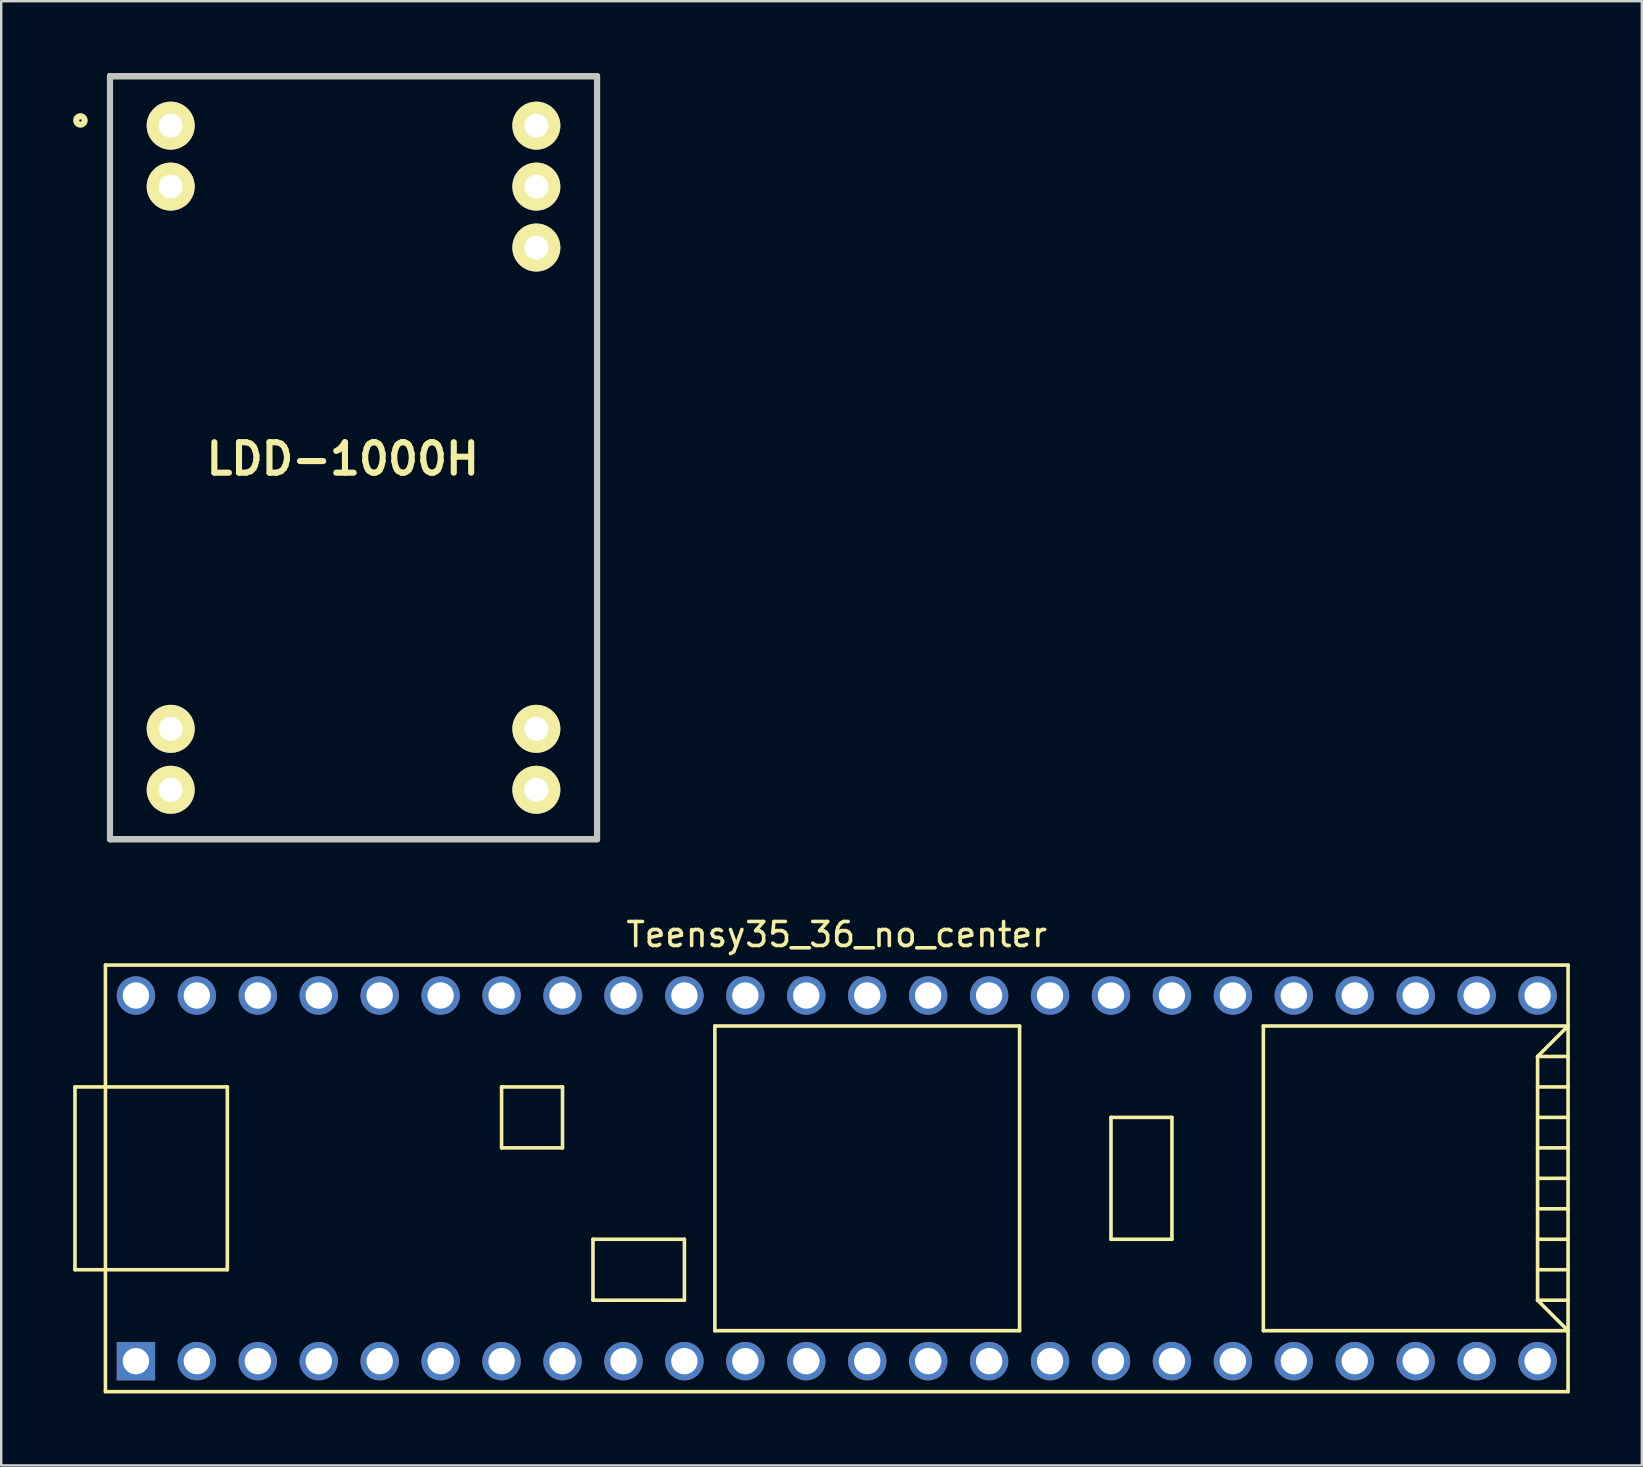
<source format=kicad_pcb>
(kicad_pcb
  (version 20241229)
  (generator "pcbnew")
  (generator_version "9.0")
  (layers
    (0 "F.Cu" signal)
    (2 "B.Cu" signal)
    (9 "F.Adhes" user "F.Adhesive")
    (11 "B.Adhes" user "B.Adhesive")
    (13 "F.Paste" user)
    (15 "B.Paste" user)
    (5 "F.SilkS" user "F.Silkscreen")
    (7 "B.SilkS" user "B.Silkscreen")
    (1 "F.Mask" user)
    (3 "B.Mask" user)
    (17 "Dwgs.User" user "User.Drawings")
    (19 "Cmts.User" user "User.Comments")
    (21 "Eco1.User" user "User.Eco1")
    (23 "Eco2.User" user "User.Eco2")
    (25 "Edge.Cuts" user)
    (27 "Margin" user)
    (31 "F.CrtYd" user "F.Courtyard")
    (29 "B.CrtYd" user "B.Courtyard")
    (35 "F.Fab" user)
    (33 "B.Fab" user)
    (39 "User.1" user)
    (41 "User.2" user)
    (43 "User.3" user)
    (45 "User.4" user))
  (footprint "LDD-1000H"
    (layer "F.Cu")
    (at 11.684 16.027)
    (property "Reference" "LDD-1000H" (at -0.448 0.049 0) (layer "F.SilkS") (effects (font (size 1.27 1.27) (thickness 0.254))))
    (attr through_hole)
    (fp_line (start -10.15 -15.9) (end 10.15 -15.9) (stroke (width 0.254) (type solid)) (layer "F.SilkS"))
    (fp_line (start -10.15 15.9) (end -10.15 -15.9) (stroke (width 0.254) (type solid)) (layer "F.SilkS"))
    (fp_line (start 10.15 -15.9) (end 10.15 15.9) (stroke (width 0.254) (type solid)) (layer "F.SilkS"))
    (fp_line (start 10.15 15.9) (end -10.15 15.9) (stroke (width 0.254) (type solid)) (layer "F.SilkS"))
    (fp_circle (center -11.382 -14.057) (end -11.557 -14.057) (stroke (width 0.254) (type solid)) (fill no) (layer "F.SilkS"))
    (fp_line (start -10.15 -15.9) (end 10.15 -15.9) (stroke (width 0.254) (type solid)) (layer "Dwgs.User"))
    (fp_line (start -10.15 15.9) (end -10.15 -15.9) (stroke (width 0.254) (type solid)) (layer "Dwgs.User"))
    (fp_line (start 10.15 -15.9) (end 10.15 15.9) (stroke (width 0.254) (type solid)) (layer "Dwgs.User"))
    (fp_line (start 10.15 15.9) (end -10.15 15.9) (stroke (width 0.254) (type solid)) (layer "Dwgs.User"))
    (pad "1" thru_hole circle (at -7.62 -13.84 90) (size 2 2) (drill 1) (layers "*.Cu" "*.Mask" "F.SilkS"))
    (pad "1" thru_hole circle (at -7.62 -11.3 90) (size 2 2) (drill 1) (layers "*.Cu" "*.Mask" "F.SilkS"))
    (pad "11" thru_hole circle (at -7.62 11.3 90) (size 2 2) (drill 1) (layers "*.Cu" "*.Mask" "F.SilkS"))
    (pad "11" thru_hole circle (at -7.62 13.84 90) (size 2 2) (drill 1) (layers "*.Cu" "*.Mask" "F.SilkS"))
    (pad "13" thru_hole circle (at 7.62 11.3 90) (size 2 2) (drill 1) (layers "*.Cu" "*.Mask" "F.SilkS"))
    (pad "13" thru_hole circle (at 7.62 13.84 90) (size 2 2) (drill 1) (layers "*.Cu" "*.Mask" "F.SilkS"))
    (pad "22" thru_hole circle (at 7.62 -8.76 90) (size 2 2) (drill 1) (layers "*.Cu" "*.Mask" "F.SilkS"))
    (pad "23" thru_hole circle (at 7.62 -13.84 90) (size 2 2) (drill 1) (layers "*.Cu" "*.Mask" "F.SilkS"))
    (pad "23" thru_hole circle (at 7.62 -11.3 90) (size 2 2) (drill 1) (layers "*.Cu" "*.Mask" "F.SilkS")))
  (footprint "Teensy35_36_no_center"
    (layer "F.Cu")
    (at 31.825 46.062)
    (property "Reference" "Teensy35_36_no_center" (at 0 -10.16 0) (layer "F.SilkS") (effects (font (size 1 1) (thickness 0.15))))
    (attr through_hole)
    (fp_line (start -31.75 -3.81) (end -30.48 -3.81) (stroke (width 0.15) (type solid)) (layer "F.SilkS"))
    (fp_line (start -31.75 3.81) (end -31.75 -3.81) (stroke (width 0.15) (type solid)) (layer "F.SilkS"))
    (fp_line (start -30.48 3.81) (end -31.75 3.81) (stroke (width 0.15) (type solid)) (layer "F.SilkS"))
    (fp_line (start -30.48 8.89) (end -30.48 -8.89) (stroke (width 0.15) (type solid)) (layer "F.SilkS"))
    (fp_line (start -30.48 8.89) (end 30.48 8.89) (stroke (width 0.15) (type solid)) (layer "F.SilkS"))
    (fp_line (start -25.4 -3.81) (end -30.48 -3.81) (stroke (width 0.15) (type solid)) (layer "F.SilkS"))
    (fp_line (start -25.4 3.81) (end -30.48 3.81) (stroke (width 0.15) (type solid)) (layer "F.SilkS"))
    (fp_line (start -25.4 3.81) (end -25.4 -3.81) (stroke (width 0.15) (type solid)) (layer "F.SilkS"))
    (fp_line (start -13.97 -3.81) (end -13.97 -1.27) (stroke (width 0.15) (type solid)) (layer "F.SilkS"))
    (fp_line (start -13.97 -1.27) (end -11.43 -1.27) (stroke (width 0.15) (type solid)) (layer "F.SilkS"))
    (fp_line (start -11.43 -3.81) (end -13.97 -3.81) (stroke (width 0.15) (type solid)) (layer "F.SilkS"))
    (fp_line (start -11.43 -1.27) (end -11.43 -3.81) (stroke (width 0.15) (type solid)) (layer "F.SilkS"))
    (fp_line (start -10.16 2.54) (end -6.35 2.54) (stroke (width 0.15) (type solid)) (layer "F.SilkS"))
    (fp_line (start -10.16 5.08) (end -10.16 2.54) (stroke (width 0.15) (type solid)) (layer "F.SilkS"))
    (fp_line (start -6.35 2.54) (end -6.35 5.08) (stroke (width 0.15) (type solid)) (layer "F.SilkS"))
    (fp_line (start -6.35 5.08) (end -10.16 5.08) (stroke (width 0.15) (type solid)) (layer "F.SilkS"))
    (fp_line (start -5.08 -6.35) (end -5.08 6.35) (stroke (width 0.15) (type solid)) (layer "F.SilkS"))
    (fp_line (start -5.08 -6.35) (end 7.62 -6.35) (stroke (width 0.15) (type solid)) (layer "F.SilkS"))
    (fp_line (start -5.08 6.35) (end 7.62 6.35) (stroke (width 0.15) (type solid)) (layer "F.SilkS"))
    (fp_line (start 7.62 6.35) (end 7.62 -6.35) (stroke (width 0.15) (type solid)) (layer "F.SilkS"))
    (fp_line (start 11.43 -2.54) (end 13.97 -2.54) (stroke (width 0.15) (type solid)) (layer "F.SilkS"))
    (fp_line (start 11.43 2.54) (end 11.43 -2.54) (stroke (width 0.15) (type solid)) (layer "F.SilkS"))
    (fp_line (start 13.97 -2.54) (end 13.97 2.54) (stroke (width 0.15) (type solid)) (layer "F.SilkS"))
    (fp_line (start 13.97 2.54) (end 11.43 2.54) (stroke (width 0.15) (type solid)) (layer "F.SilkS"))
    (fp_line (start 17.78 -6.35) (end 17.78 6.35) (stroke (width 0.15) (type solid)) (layer "F.SilkS"))
    (fp_line (start 17.78 6.35) (end 30.48 6.35) (stroke (width 0.15) (type solid)) (layer "F.SilkS"))
    (fp_line (start 29.21 -5.08) (end 30.48 -6.35) (stroke (width 0.15) (type solid)) (layer "F.SilkS"))
    (fp_line (start 29.21 -5.08) (end 30.48 -5.08) (stroke (width 0.15) (type solid)) (layer "F.SilkS"))
    (fp_line (start 29.21 -3.81) (end 30.48 -3.81) (stroke (width 0.15) (type solid)) (layer "F.SilkS"))
    (fp_line (start 29.21 -2.54) (end 30.48 -2.54) (stroke (width 0.15) (type solid)) (layer "F.SilkS"))
    (fp_line (start 29.21 -1.27) (end 30.48 -1.27) (stroke (width 0.15) (type solid)) (layer "F.SilkS"))
    (fp_line (start 29.21 0) (end 30.48 0) (stroke (width 0.15) (type solid)) (layer "F.SilkS"))
    (fp_line (start 29.21 1.27) (end 30.48 1.27) (stroke (width 0.15) (type solid)) (layer "F.SilkS"))
    (fp_line (start 29.21 2.54) (end 30.48 2.54) (stroke (width 0.15) (type solid)) (layer "F.SilkS"))
    (fp_line (start 29.21 3.81) (end 30.48 3.81) (stroke (width 0.15) (type solid)) (layer "F.SilkS"))
    (fp_line (start 29.21 5.08) (end 29.21 -5.08) (stroke (width 0.15) (type solid)) (layer "F.SilkS"))
    (fp_line (start 29.21 5.08) (end 30.48 5.08) (stroke (width 0.15) (type solid)) (layer "F.SilkS"))
    (fp_line (start 30.48 -8.89) (end -30.48 -8.89) (stroke (width 0.15) (type solid)) (layer "F.SilkS"))
    (fp_line (start 30.48 -8.89) (end 30.48 8.89) (stroke (width 0.15) (type solid)) (layer "F.SilkS"))
    (fp_line (start 30.48 -6.35) (end 17.78 -6.35) (stroke (width 0.15) (type solid)) (layer "F.SilkS"))
    (fp_line (start 30.48 6.35) (end 29.21 5.08) (stroke (width 0.15) (type solid)) (layer "F.SilkS"))
    (pad "1" thru_hole rect (at -29.21 7.62) (size 1.6 1.6) (drill 1.1) (layers "*.Cu" "*.Mask"))
    (pad "2" thru_hole circle (at -26.67 7.62) (size 1.6 1.6) (drill 1.1) (layers "*.Cu" "*.Mask"))
    (pad "3" thru_hole circle (at -24.13 7.62) (size 1.6 1.6) (drill 1.1) (layers "*.Cu" "*.Mask"))
    (pad "4" thru_hole circle (at -21.59 7.62) (size 1.6 1.6) (drill 1.1) (layers "*.Cu" "*.Mask"))
    (pad "5" thru_hole circle (at -19.05 7.62) (size 1.6 1.6) (drill 1.1) (layers "*.Cu" "*.Mask"))
    (pad "6" thru_hole circle (at -16.51 7.62) (size 1.6 1.6) (drill 1.1) (layers "*.Cu" "*.Mask"))
    (pad "7" thru_hole circle (at -13.97 7.62) (size 1.6 1.6) (drill 1.1) (layers "*.Cu" "*.Mask"))
    (pad "8" thru_hole circle (at -11.43 7.62) (size 1.6 1.6) (drill 1.1) (layers "*.Cu" "*.Mask"))
    (pad "9" thru_hole circle (at -8.89 7.62) (size 1.6 1.6) (drill 1.1) (layers "*.Cu" "*.Mask"))
    (pad "10" thru_hole circle (at -6.35 7.62) (size 1.6 1.6) (drill 1.1) (layers "*.Cu" "*.Mask"))
    (pad "11" thru_hole circle (at -3.81 7.62) (size 1.6 1.6) (drill 1.1) (layers "*.Cu" "*.Mask"))
    (pad "12" thru_hole circle (at -1.27 7.62) (size 1.6 1.6) (drill 1.1) (layers "*.Cu" "*.Mask"))
    (pad "13" thru_hole circle (at 1.27 7.62) (size 1.6 1.6) (drill 1.1) (layers "*.Cu" "*.Mask"))
    (pad "14" thru_hole circle (at 3.81 7.62) (size 1.6 1.6) (drill 1.1) (layers "*.Cu" "*.Mask"))
    (pad "15" thru_hole circle (at 6.35 7.62) (size 1.6 1.6) (drill 1.1) (layers "*.Cu" "*.Mask"))
    (pad "16" thru_hole circle (at 8.89 7.62) (size 1.6 1.6) (drill 1.1) (layers "*.Cu" "*.Mask"))
    (pad "17" thru_hole circle (at 11.43 7.62) (size 1.6 1.6) (drill 1.1) (layers "*.Cu" "*.Mask"))
    (pad "18" thru_hole circle (at 13.97 7.62) (size 1.6 1.6) (drill 1.1) (layers "*.Cu" "*.Mask"))
    (pad "19" thru_hole circle (at 16.51 7.62) (size 1.6 1.6) (drill 1.1) (layers "*.Cu" "*.Mask"))
    (pad "20" thru_hole circle (at 19.05 7.62) (size 1.6 1.6) (drill 1.1) (layers "*.Cu" "*.Mask"))
    (pad "21" thru_hole circle (at 21.59 7.62) (size 1.6 1.6) (drill 1.1) (layers "*.Cu" "*.Mask"))
    (pad "22" thru_hole circle (at 24.13 7.62) (size 1.6 1.6) (drill 1.1) (layers "*.Cu" "*.Mask"))
    (pad "23" thru_hole circle (at 26.67 7.62) (size 1.6 1.6) (drill 1.1) (layers "*.Cu" "*.Mask"))
    (pad "24" thru_hole circle (at 29.21 7.62) (size 1.6 1.6) (drill 1.1) (layers "*.Cu" "*.Mask"))
    (pad "30" thru_hole circle (at 29.21 -7.62) (size 1.6 1.6) (drill 1.1) (layers "*.Cu" "*.Mask"))
    (pad "31" thru_hole circle (at 26.67 -7.62) (size 1.6 1.6) (drill 1.1) (layers "*.Cu" "*.Mask"))
    (pad "32" thru_hole circle (at 24.13 -7.62) (size 1.6 1.6) (drill 1.1) (layers "*.Cu" "*.Mask"))
    (pad "33" thru_hole circle (at 21.59 -7.62) (size 1.6 1.6) (drill 1.1) (layers "*.Cu" "*.Mask"))
    (pad "34" thru_hole circle (at 19.05 -7.62) (size 1.6 1.6) (drill 1.1) (layers "*.Cu" "*.Mask"))
    (pad "35" thru_hole circle (at 16.51 -7.62) (size 1.6 1.6) (drill 1.1) (layers "*.Cu" "*.Mask"))
    (pad "36" thru_hole circle (at 13.97 -7.62) (size 1.6 1.6) (drill 1.1) (layers "*.Cu" "*.Mask"))
    (pad "37" thru_hole circle (at 11.43 -7.62) (size 1.6 1.6) (drill 1.1) (layers "*.Cu" "*.Mask"))
    (pad "38" thru_hole circle (at 8.89 -7.62) (size 1.6 1.6) (drill 1.1) (layers "*.Cu" "*.Mask"))
    (pad "39" thru_hole circle (at 6.35 -7.62) (size 1.6 1.6) (drill 1.1) (layers "*.Cu" "*.Mask"))
    (pad "40" thru_hole circle (at 3.81 -7.62) (size 1.6 1.6) (drill 1.1) (layers "*.Cu" "*.Mask"))
    (pad "41" thru_hole circle (at 1.27 -7.62) (size 1.6 1.6) (drill 1.1) (layers "*.Cu" "*.Mask"))
    (pad "42" thru_hole circle (at -1.27 -7.62) (size 1.6 1.6) (drill 1.1) (layers "*.Cu" "*.Mask"))
    (pad "43" thru_hole circle (at -3.81 -7.62) (size 1.6 1.6) (drill 1.1) (layers "*.Cu" "*.Mask"))
    (pad "44" thru_hole circle (at -6.35 -7.62) (size 1.6 1.6) (drill 1.1) (layers "*.Cu" "*.Mask"))
    (pad "45" thru_hole circle (at -8.89 -7.62) (size 1.6 1.6) (drill 1.1) (layers "*.Cu" "*.Mask"))
    (pad "46" thru_hole circle (at -11.43 -7.62) (size 1.6 1.6) (drill 1.1) (layers "*.Cu" "*.Mask"))
    (pad "47" thru_hole circle (at -13.97 -7.62) (size 1.6 1.6) (drill 1.1) (layers "*.Cu" "*.Mask"))
    (pad "48" thru_hole circle (at -16.51 -7.62) (size 1.6 1.6) (drill 1.1) (layers "*.Cu" "*.Mask"))
    (pad "49" thru_hole circle (at -19.05 -7.62) (size 1.6 1.6) (drill 1.1) (layers "*.Cu" "*.Mask"))
    (pad "50" thru_hole circle (at -21.59 -7.62) (size 1.6 1.6) (drill 1.1) (layers "*.Cu" "*.Mask"))
    (pad "51" thru_hole circle (at -24.13 -7.62) (size 1.6 1.6) (drill 1.1) (layers "*.Cu" "*.Mask"))
    (pad "52" thru_hole circle (at -26.67 -7.62) (size 1.6 1.6) (drill 1.1) (layers "*.Cu" "*.Mask"))
    (pad "53" thru_hole circle (at -29.21 -7.62) (size 1.6 1.6) (drill 1.1) (layers "*.Cu" "*.Mask")))
  (gr_rect
    (start -3 -3)
    (end 65.38 58.027)
    (stroke (width 0.1) (type default))
    (fill no)
    (layer "Edge.Cuts")))
</source>
